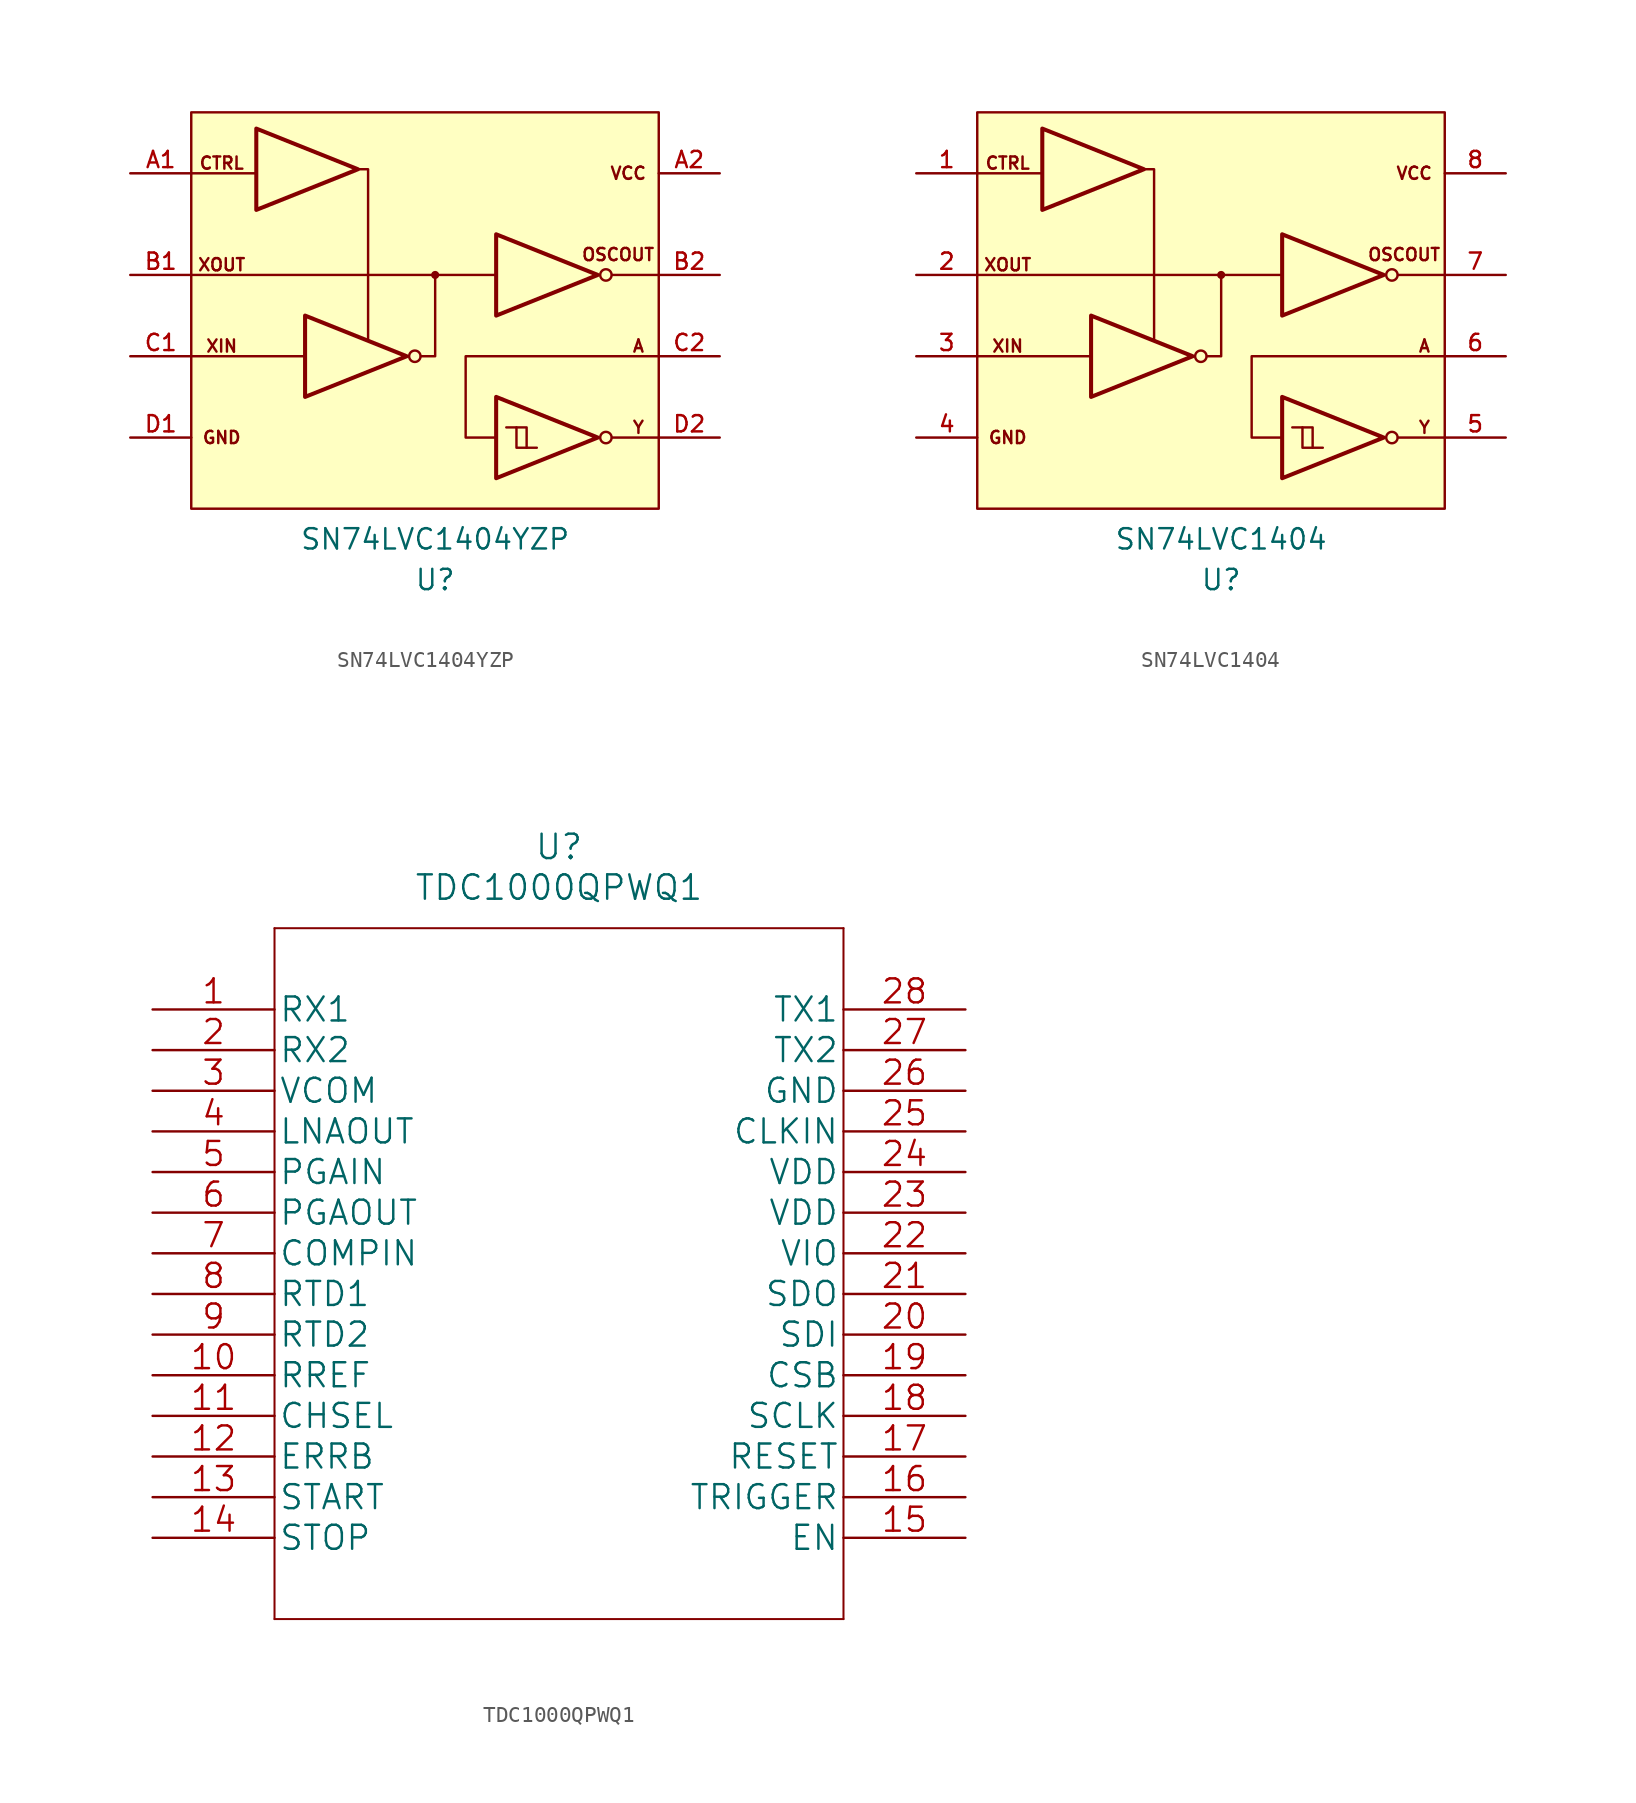
<source format=kicad_sym>
(kicad_symbol_lib
  (version 20220914)
  (generator kicad_symbol_editor)
  (symbol "SN74LVC1404YZP"
    (pin_names
      (offset 1.016))
    (property "Reference" "U"
      (at 0 -16.51 0)
      (effects (font (size 1.27 1.27))))
    (property "Value" "SN74LVC1404YZP"
      (at 0 -13.97 0)
      (effects (font (size 1.27 1.27))))
    (symbol "SN74LVC1404YZP_0_0"
      (rectangle (start -15.24 -12.065) (end 13.97 12.7) (stroke (width 0) (type solid)) (fill (type background)))
      (text "CTRL" (at -13.335 9.525 0) (effects (font (size 0.762 0.762))))
      (text "XOUT" (at -13.335 3.175 0) (effects (font (size 0.762 0.762)))))
    (symbol "SN74LVC1404YZP_0_1"
      (polyline (pts (xy -15.24 -2.54) (xy -8.128 -2.54)) (stroke (width 0) (type solid)) (fill (type none)))
      (polyline (pts (xy -15.24 2.54) (xy 3.81 2.54)) (stroke (width 0) (type solid)) (fill (type none)))
      (polyline (pts (xy -15.24 8.89) (xy -11.176 8.89)) (stroke (width 0) (type solid)) (fill (type none)))
      (polyline (pts (xy 13.97 -7.62) (xy 11.049 -7.62)) (stroke (width 0) (type solid)) (fill (type none)))
      (polyline (pts (xy 13.97 2.54) (xy 11.049 2.54)) (stroke (width 0) (type solid)) (fill (type none)))
      (polyline (pts (xy -4.826 9.144) (xy -4.191 9.144) (xy -4.191 -1.524)) (stroke (width 0) (type solid)) (fill (type none)))
      (polyline (pts (xy -0.889 -2.54) (xy 0 -2.54) (xy 0 2.54)) (stroke (width 0) (type solid)) (fill (type none)))
      (polyline (pts (xy 3.81 -7.62) (xy 1.905 -7.62) (xy 1.905 -2.54) (xy 13.97 -2.54)) (stroke (width 0) (type solid)) (fill (type none)))
      (polyline (pts (xy 3.81 5.08) (xy 3.81 0) (xy 10.16 2.54) (xy 3.81 5.08)) (stroke (width 0.254) (type solid)) (fill (type none)))
      (circle (center 0 2.54) (radius 0.178) (stroke (width 0) (type solid)) (fill (type outline)))
      (circle (center 10.668 2.54) (radius 0.356) (stroke (width 0) (type solid)) (fill (type none))))
    (symbol "SN74LVC1404YZP_1_1"
      (circle (center -1.27 -2.54) (radius 0.356) (stroke (width 0) (type solid)) (fill (type none)))
      (polyline (pts (xy 5.08 -6.985) (xy 5.715 -6.985) (xy 5.715 -8.255)) (stroke (width 0) (type solid)) (fill (type none)))
      (polyline (pts (xy -11.176 11.684) (xy -11.176 6.604) (xy -4.826 9.144) (xy -11.176 11.684)) (stroke (width 0.254) (type solid)) (fill (type none)))
      (polyline (pts (xy -8.128 0) (xy -8.128 -5.08) (xy -1.778 -2.54) (xy -8.128 0)) (stroke (width 0.254) (type solid)) (fill (type none)))
      (polyline (pts (xy 3.81 -5.08) (xy 3.81 -10.16) (xy 10.16 -7.62) (xy 3.81 -5.08)) (stroke (width 0.254) (type solid)) (fill (type none)))
      (polyline (pts (xy 4.445 -6.985) (xy 5.08 -6.985) (xy 5.08 -8.255) (xy 6.35 -8.255)) (stroke (width 0) (type solid)) (fill (type none)))
      (circle (center 10.668 -7.62) (radius 0.356) (stroke (width 0) (type solid)) (fill (type none)))
      (text "A" (at 12.7 -1.905 0) (effects (font (size 0.762 0.762))))
      (text "GND" (at -13.335 -7.62 0) (effects (font (size 0.762 0.762))))
      (text "OSCOUT" (at 11.43 3.81 0) (effects (font (size 0.762 0.762))))
      (text "VCC" (at 12.065 8.89 0) (effects (font (size 0.762 0.762))))
      (text "XIN" (at -13.335 -1.905 0) (effects (font (size 0.762 0.762))))
      (text "Y" (at 12.7 -6.985 0) (effects (font (size 0.762 0.762))))
      (pin input line (at -19.05 8.89 0) (length 3.81) (name "CTRL" (effects (font (size 0 0)))) (number "A1" (effects (font (size 1.016 1.016)))))
      (pin power_in line (at 17.78 8.89 180) (length 3.81) (name "VCC" (effects (font (size 0 0)))) (number "A2" (effects (font (size 1.016 1.016)))))
      (pin output line (at -19.05 2.54 0) (length 3.81) (name "XOUT" (effects (font (size 0 0)))) (number "B1" (effects (font (size 1.016 1.016)))))
      (pin output line (at 17.78 2.54 180) (length 3.81) (name "OSCOUT" (effects (font (size 0 0)))) (number "B2" (effects (font (size 1.016 1.016)))))
      (pin input line (at -19.05 -2.54 0) (length 3.81) (name "XIN" (effects (font (size 0 0)))) (number "C1" (effects (font (size 1.016 1.016)))))
      (pin input line (at 17.78 -2.54 180) (length 3.81) (name "A" (effects (font (size 0 0)))) (number "C2" (effects (font (size 1.016 1.016)))))
      (pin power_in line (at -19.05 -7.62 0) (length 3.81) (name "GND" (effects (font (size 0 0)))) (number "D1" (effects (font (size 1.016 1.016)))))
      (pin output line (at 17.78 -7.62 180) (length 3.81) (name "Y" (effects (font (size 0 0)))) (number "D2" (effects (font (size 1.016 1.016)))))))
  (symbol "SN74LVC1404"
    (pin_names
      (offset 1.016))
    (property "Reference" "U"
      (at 0 -16.51 0)
      (effects (font (size 1.27 1.27))))
    (property "Value" "SN74LVC1404"
      (at 0 -13.97 0)
      (effects (font (size 1.27 1.27))))
    (symbol "SN74LVC1404_0_0"
      (rectangle (start -15.24 -12.065) (end 13.97 12.7) (stroke (width 0) (type solid)) (fill (type background)))
      (text "CTRL" (at -13.335 9.525 0) (effects (font (size 0.762 0.762))))
      (text "XOUT" (at -13.335 3.175 0) (effects (font (size 0.762 0.762)))))
    (symbol "SN74LVC1404_0_1"
      (polyline (pts (xy -15.24 -2.54) (xy -8.128 -2.54)) (stroke (width 0) (type solid)) (fill (type none)))
      (polyline (pts (xy -15.24 2.54) (xy 3.81 2.54)) (stroke (width 0) (type solid)) (fill (type none)))
      (polyline (pts (xy -15.24 8.89) (xy -11.176 8.89)) (stroke (width 0) (type solid)) (fill (type none)))
      (polyline (pts (xy 13.97 -7.62) (xy 11.049 -7.62)) (stroke (width 0) (type solid)) (fill (type none)))
      (polyline (pts (xy 13.97 2.54) (xy 11.049 2.54)) (stroke (width 0) (type solid)) (fill (type none)))
      (polyline (pts (xy -4.826 9.144) (xy -4.191 9.144) (xy -4.191 -1.524)) (stroke (width 0) (type solid)) (fill (type none)))
      (polyline (pts (xy -0.889 -2.54) (xy 0 -2.54) (xy 0 2.54)) (stroke (width 0) (type solid)) (fill (type none)))
      (polyline (pts (xy 3.81 -7.62) (xy 1.905 -7.62) (xy 1.905 -2.54) (xy 13.97 -2.54)) (stroke (width 0) (type solid)) (fill (type none)))
      (polyline (pts (xy 3.81 5.08) (xy 3.81 0) (xy 10.16 2.54) (xy 3.81 5.08)) (stroke (width 0.254) (type solid)) (fill (type none)))
      (circle (center 0 2.54) (radius 0.178) (stroke (width 0) (type solid)) (fill (type outline)))
      (circle (center 10.668 2.54) (radius 0.356) (stroke (width 0) (type solid)) (fill (type none))))
    (symbol "SN74LVC1404_1_1"
      (circle (center -1.27 -2.54) (radius 0.356) (stroke (width 0) (type solid)) (fill (type none)))
      (polyline (pts (xy 5.08 -6.985) (xy 5.715 -6.985) (xy 5.715 -8.255)) (stroke (width 0) (type solid)) (fill (type none)))
      (polyline (pts (xy -11.176 11.684) (xy -11.176 6.604) (xy -4.826 9.144) (xy -11.176 11.684)) (stroke (width 0.254) (type solid)) (fill (type none)))
      (polyline (pts (xy -8.128 0) (xy -8.128 -5.08) (xy -1.778 -2.54) (xy -8.128 0)) (stroke (width 0.254) (type solid)) (fill (type none)))
      (polyline (pts (xy 3.81 -5.08) (xy 3.81 -10.16) (xy 10.16 -7.62) (xy 3.81 -5.08)) (stroke (width 0.254) (type solid)) (fill (type none)))
      (polyline (pts (xy 4.445 -6.985) (xy 5.08 -6.985) (xy 5.08 -8.255) (xy 6.35 -8.255)) (stroke (width 0) (type solid)) (fill (type none)))
      (circle (center 10.668 -7.62) (radius 0.356) (stroke (width 0) (type solid)) (fill (type none)))
      (text "A" (at 12.7 -1.905 0) (effects (font (size 0.762 0.762))))
      (text "GND" (at -13.335 -7.62 0) (effects (font (size 0.762 0.762))))
      (text "OSCOUT" (at 11.43 3.81 0) (effects (font (size 0.762 0.762))))
      (text "VCC" (at 12.065 8.89 0) (effects (font (size 0.762 0.762))))
      (text "XIN" (at -13.335 -1.905 0) (effects (font (size 0.762 0.762))))
      (text "Y" (at 12.7 -6.985 0) (effects (font (size 0.762 0.762))))
      (pin input line (at -19.05 8.89 0) (length 3.81) (name "CTRL" (effects (font (size 0 0)))) (number "1" (effects (font (size 1.016 1.016)))))
      (pin output line (at -19.05 2.54 0) (length 3.81) (name "XOUT" (effects (font (size 0 0)))) (number "2" (effects (font (size 1.016 1.016)))))
      (pin input line (at -19.05 -2.54 0) (length 3.81) (name "XIN" (effects (font (size 0 0)))) (number "3" (effects (font (size 1.016 1.016)))))
      (pin power_in line (at -19.05 -7.62 0) (length 3.81) (name "GND" (effects (font (size 0 0)))) (number "4" (effects (font (size 1.016 1.016)))))
      (pin output line (at 17.78 -7.62 180) (length 3.81) (name "Y" (effects (font (size 0 0)))) (number "5" (effects (font (size 1.016 1.016)))))
      (pin input line (at 17.78 -2.54 180) (length 3.81) (name "A" (effects (font (size 0 0)))) (number "6" (effects (font (size 1.016 1.016)))))
      (pin output line (at 17.78 2.54 180) (length 3.81) (name "OSCOUT" (effects (font (size 0 0)))) (number "7" (effects (font (size 1.016 1.016)))))
      (pin power_in line (at 17.78 8.89 180) (length 3.81) (name "VCC" (effects (font (size 0 0)))) (number "8" (effects (font (size 1.016 1.016)))))))
  (symbol "TDC1000QPWQ1"
    (pin_names
      (offset 0.254))
    (property "Reference" "U"
      (at 0 26.67 0)
      (effects (font (size 1.524 1.524))))
    (property "Value" "TDC1000QPWQ1"
      (at 0 24.13 0)
      (effects (font (size 1.524 1.524))))
    (property "Datasheet" ""
      (at -25.4 16.51 0)
      (effects (font (size 1.524 1.524))))
    (symbol "TDC1000QPWQ1_1_1"
      (polyline (pts (xy -17.78 -21.59) (xy 17.78 -21.59)) (stroke (width 0.127) (type solid)) (fill (type none)))
      (polyline (pts (xy -17.78 21.59) (xy -17.78 -21.59)) (stroke (width 0.127) (type solid)) (fill (type none)))
      (polyline (pts (xy 17.78 -21.59) (xy 17.78 21.59)) (stroke (width 0.127) (type solid)) (fill (type none)))
      (polyline (pts (xy 17.78 21.59) (xy -17.78 21.59)) (stroke (width 0.127) (type solid)) (fill (type none)))
      (pin input line (at -25.4 16.51 0) (length 7.62) (name "RX1" (effects (font (size 1.499 1.499)))) (number "1" (effects (font (size 1.499 1.499)))))
      (pin output line (at -25.4 -6.35 0) (length 7.62) (name "RREF" (effects (font (size 1.499 1.499)))) (number "10" (effects (font (size 1.499 1.499)))))
      (pin input line (at -25.4 -8.89 0) (length 7.62) (name "CHSEL" (effects (font (size 1.499 1.499)))) (number "11" (effects (font (size 1.499 1.499)))))
      (pin output line (at -25.4 -11.43 0) (length 7.62) (name "ERRB" (effects (font (size 1.499 1.499)))) (number "12" (effects (font (size 1.499 1.499)))))
      (pin output line (at -25.4 -13.97 0) (length 7.62) (name "START" (effects (font (size 1.499 1.499)))) (number "13" (effects (font (size 1.499 1.499)))))
      (pin output line (at -25.4 -16.51 0) (length 7.62) (name "STOP" (effects (font (size 1.499 1.499)))) (number "14" (effects (font (size 1.499 1.499)))))
      (pin input line (at 25.4 -16.51 180) (length 7.62) (name "EN" (effects (font (size 1.499 1.499)))) (number "15" (effects (font (size 1.499 1.499)))))
      (pin input line (at 25.4 -13.97 180) (length 7.62) (name "TRIGGER" (effects (font (size 1.499 1.499)))) (number "16" (effects (font (size 1.499 1.499)))))
      (pin input line (at 25.4 -11.43 180) (length 7.62) (name "RESET" (effects (font (size 1.499 1.499)))) (number "17" (effects (font (size 1.499 1.499)))))
      (pin input line (at 25.4 -8.89 180) (length 7.62) (name "SCLK" (effects (font (size 1.499 1.499)))) (number "18" (effects (font (size 1.499 1.499)))))
      (pin input line (at 25.4 -6.35 180) (length 7.62) (name "CSB" (effects (font (size 1.499 1.499)))) (number "19" (effects (font (size 1.499 1.499)))))
      (pin input line (at -25.4 13.97 0) (length 7.62) (name "RX2" (effects (font (size 1.499 1.499)))) (number "2" (effects (font (size 1.499 1.499)))))
      (pin input line (at 25.4 -3.81 180) (length 7.62) (name "SDI" (effects (font (size 1.499 1.499)))) (number "20" (effects (font (size 1.499 1.499)))))
      (pin output line (at 25.4 -1.27 180) (length 7.62) (name "SDO" (effects (font (size 1.499 1.499)))) (number "21" (effects (font (size 1.499 1.499)))))
      (pin power_in line (at 25.4 1.27 180) (length 7.62) (name "VIO" (effects (font (size 1.499 1.499)))) (number "22" (effects (font (size 1.499 1.499)))))
      (pin power_in line (at 25.4 3.81 180) (length 7.62) (name "VDD" (effects (font (size 1.499 1.499)))) (number "23" (effects (font (size 1.499 1.499)))))
      (pin power_in line (at 25.4 6.35 180) (length 7.62) (name "VDD" (effects (font (size 1.499 1.499)))) (number "24" (effects (font (size 1.499 1.499)))))
      (pin input line (at 25.4 8.89 180) (length 7.62) (name "CLKIN" (effects (font (size 1.499 1.499)))) (number "25" (effects (font (size 1.499 1.499)))))
      (pin power_in line (at 25.4 11.43 180) (length 7.62) (name "GND" (effects (font (size 1.499 1.499)))) (number "26" (effects (font (size 1.499 1.499)))))
      (pin output line (at 25.4 13.97 180) (length 7.62) (name "TX2" (effects (font (size 1.499 1.499)))) (number "27" (effects (font (size 1.499 1.499)))))
      (pin output line (at 25.4 16.51 180) (length 7.62) (name "TX1" (effects (font (size 1.499 1.499)))) (number "28" (effects (font (size 1.499 1.499)))))
      (pin power_in line (at -25.4 11.43 0) (length 7.62) (name "VCOM" (effects (font (size 1.499 1.499)))) (number "3" (effects (font (size 1.499 1.499)))))
      (pin output line (at -25.4 8.89 0) (length 7.62) (name "LNAOUT" (effects (font (size 1.499 1.499)))) (number "4" (effects (font (size 1.499 1.499)))))
      (pin input line (at -25.4 6.35 0) (length 7.62) (name "PGAIN" (effects (font (size 1.499 1.499)))) (number "5" (effects (font (size 1.499 1.499)))))
      (pin output line (at -25.4 3.81 0) (length 7.62) (name "PGAOUT" (effects (font (size 1.499 1.499)))) (number "6" (effects (font (size 1.499 1.499)))))
      (pin input line (at -25.4 1.27 0) (length 7.62) (name "COMPIN" (effects (font (size 1.499 1.499)))) (number "7" (effects (font (size 1.499 1.499)))))
      (pin output line (at -25.4 -1.27 0) (length 7.62) (name "RTD1" (effects (font (size 1.499 1.499)))) (number "8" (effects (font (size 1.499 1.499)))))
      (pin output line (at -25.4 -3.81 0) (length 7.62) (name "RTD2" (effects (font (size 1.499 1.499)))) (number "9" (effects (font (size 1.499 1.499))))))))
</source>
